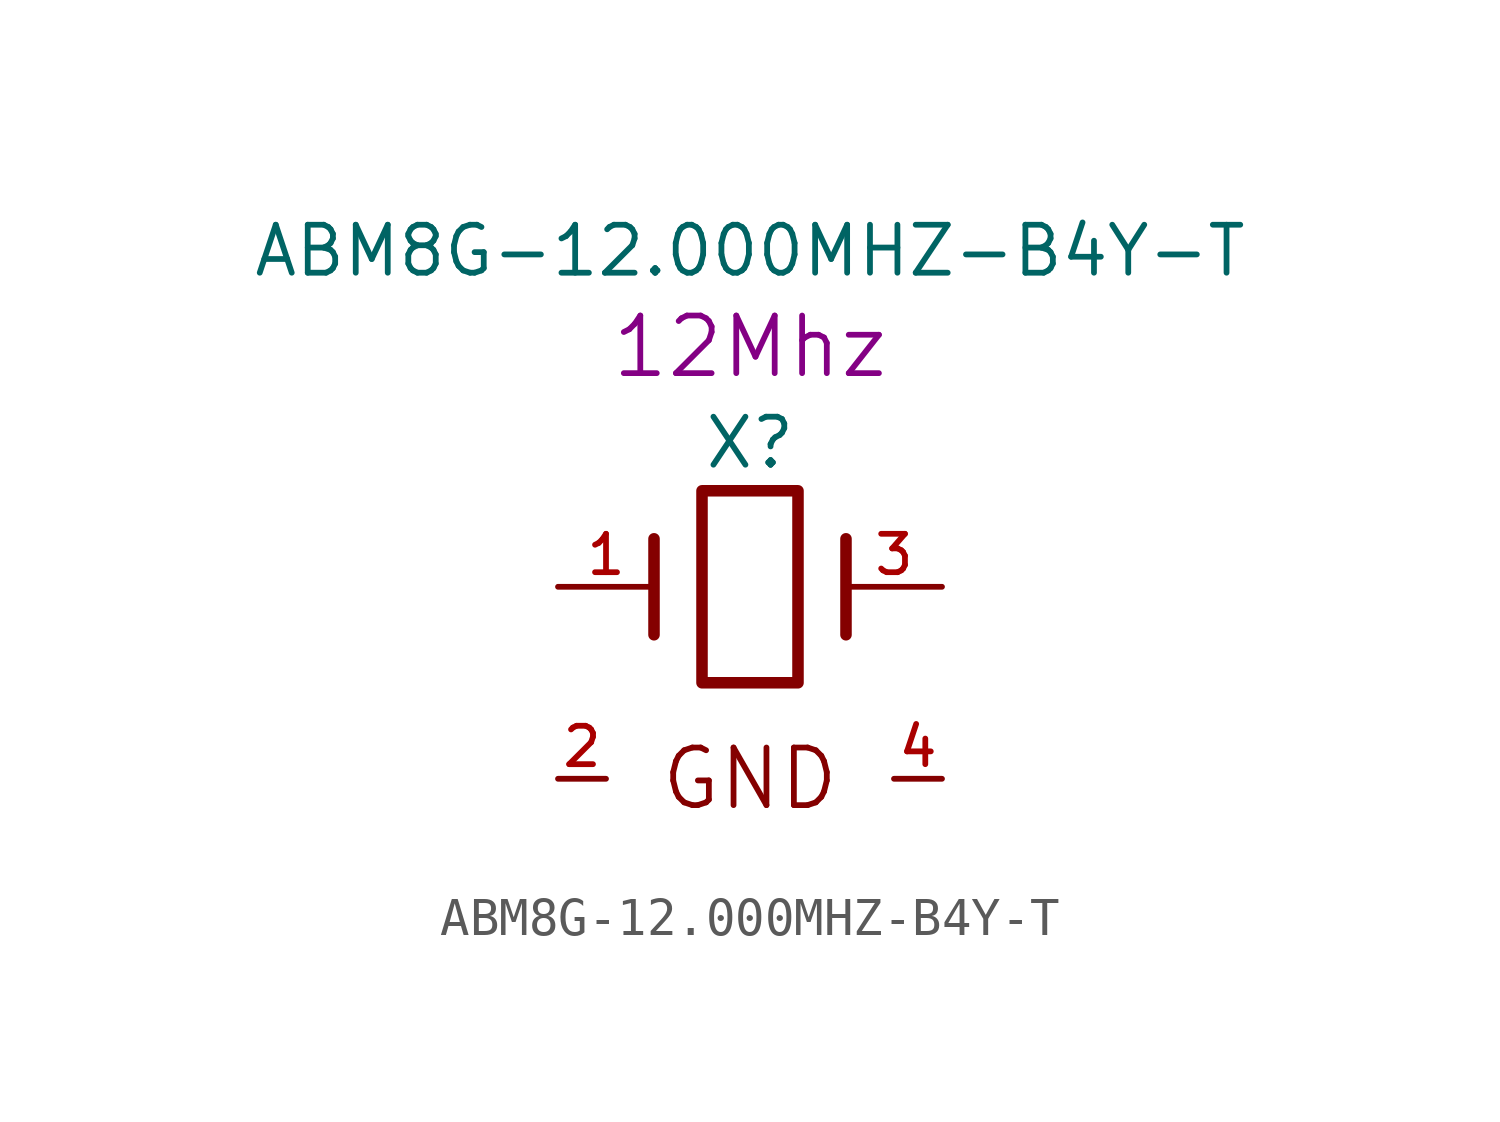
<source format=kicad_sym>
(kicad_symbol_lib
  (version 20220914)
  (generator kicad_symbol_editor)
  (symbol "ABM8G-12.000MHZ-B4Y-T"
    (pin_names
      (offset 1.016) hide)
    (property "Reference" "X"
      (at 0 3.81 0)
      (effects (font (size 1.27 1.27))))
    (property "Value" "ABM8G-12.000MHZ-B4Y-T"
      (at 0 8.89 0)
      (effects (font (size 1.27 1.27))))
    (property "Datasheet" ""
      (at 0 3.81 0)
      (effects (font (size 1.27 1.27))))
    (property "Value2" "12Mhz"
      (at 0 6.35 0)
      (effects (font (size 1.524 1.524))))
    (symbol "ABM8G-12.000MHZ-B4Y-T_0_0"
      (text "GND" (at 0 -5.08 0) (effects (font (size 1.524 1.524)))))
    (symbol "ABM8G-12.000MHZ-B4Y-T_0_1"
      (rectangle (start -1.27 2.54) (end 1.27 -2.54) (stroke (width 0.305) (type solid)) (fill (type none)))
      (polyline (pts (xy -2.54 -1.27) (xy -2.54 1.27)) (stroke (width 0.305) (type solid)) (fill (type none)))
      (polyline (pts (xy 2.54 -1.27) (xy 2.54 1.27)) (stroke (width 0.305) (type solid)) (fill (type none))))
    (symbol "ABM8G-12.000MHZ-B4Y-T_1_1"
      (pin passive line (at -5.08 0 0) (length 2.54) (name "1" (effects (font (size 1.016 1.016)))) (number "1" (effects (font (size 1.016 1.016)))))
      (pin passive line (at -5.08 -5.08 0) (length 1.27) (name "GND" (effects (font (size 1.016 1.016)))) (number "2" (effects (font (size 1.016 1.016)))))
      (pin passive line (at 5.08 0 180) (length 2.54) (name "3" (effects (font (size 1.016 1.016)))) (number "3" (effects (font (size 1.016 1.016)))))
      (pin passive line (at 5.08 -5.08 180) (length 1.27) (name "GND" (effects (font (size 1.016 1.016)))) (number "4" (effects (font (size 1.016 1.016))))))))
</source>
